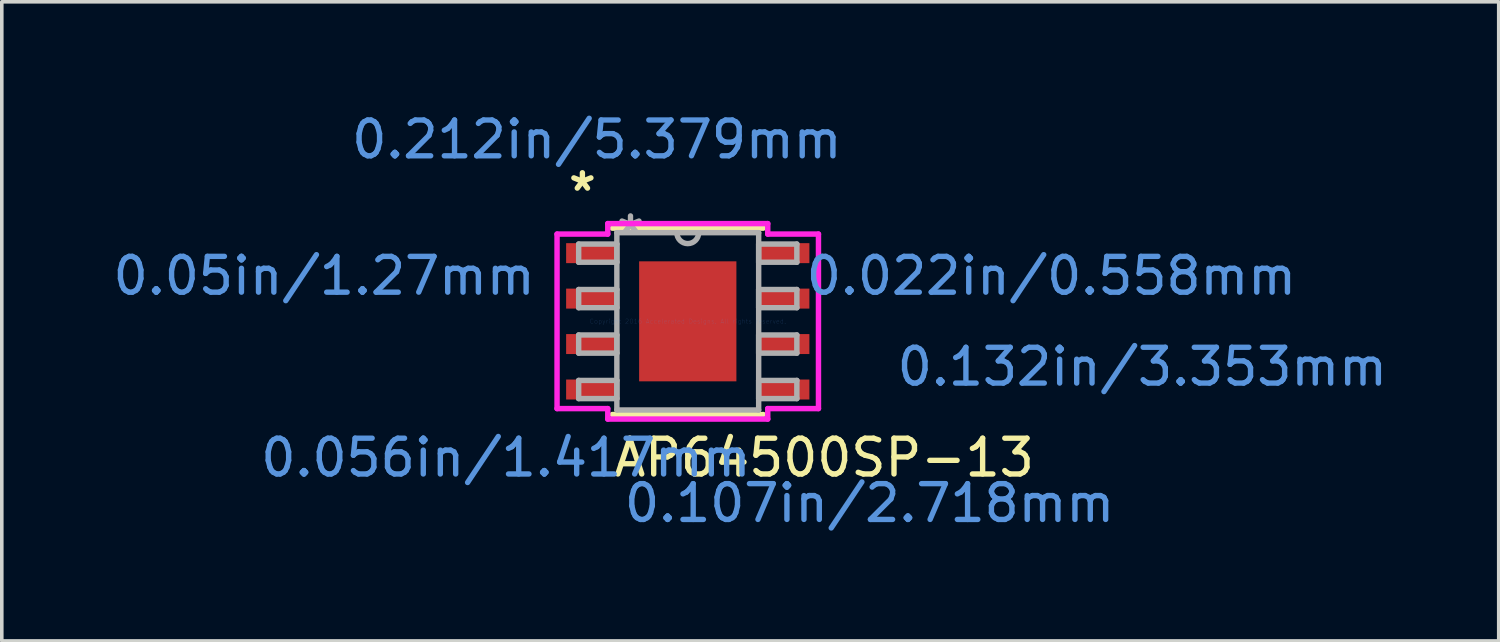
<source format=kicad_pcb>
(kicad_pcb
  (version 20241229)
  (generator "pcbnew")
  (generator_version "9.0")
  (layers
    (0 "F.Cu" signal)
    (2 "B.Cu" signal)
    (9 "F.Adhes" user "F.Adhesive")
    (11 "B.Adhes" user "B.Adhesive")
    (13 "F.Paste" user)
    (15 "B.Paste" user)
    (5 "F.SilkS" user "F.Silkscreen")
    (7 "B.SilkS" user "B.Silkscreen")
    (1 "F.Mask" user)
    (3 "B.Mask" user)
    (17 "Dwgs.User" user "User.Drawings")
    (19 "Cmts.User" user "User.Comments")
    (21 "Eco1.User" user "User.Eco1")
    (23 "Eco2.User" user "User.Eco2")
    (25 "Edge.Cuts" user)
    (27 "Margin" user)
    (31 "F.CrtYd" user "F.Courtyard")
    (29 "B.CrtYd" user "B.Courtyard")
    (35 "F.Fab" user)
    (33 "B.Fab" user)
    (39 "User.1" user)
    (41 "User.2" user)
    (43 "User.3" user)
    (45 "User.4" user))
  (footprint "AP64500SP-13"
    (layer "F.Cu")
    (at 16.166 5.928)
    (property "Reference" "AP64500SP-13" (at 3.81 3.81 0) (layer "F.SilkS") (effects (font (size 1 1) (thickness 0.15))))
    (attr through_hole)
    (fp_line (start -2.108 2.603) (end 2.108 2.603) (stroke (width 0.152) (type solid)) (layer "F.SilkS"))
    (fp_line (start 2.108 -2.603) (end -2.108 -2.603) (stroke (width 0.152) (type solid)) (layer "F.SilkS"))
    (fp_line (start -3.652 -2.438) (end -2.235 -2.438) (stroke (width 0.152) (type solid)) (layer "F.CrtYd"))
    (fp_line (start -3.652 2.438) (end -3.652 -2.438) (stroke (width 0.152) (type solid)) (layer "F.CrtYd"))
    (fp_line (start -3.652 2.438) (end -2.235 2.438) (stroke (width 0.152) (type solid)) (layer "F.CrtYd"))
    (fp_line (start -2.235 -2.731) (end 2.235 -2.731) (stroke (width 0.152) (type solid)) (layer "F.CrtYd"))
    (fp_line (start -2.235 -2.438) (end -2.235 -2.731) (stroke (width 0.152) (type solid)) (layer "F.CrtYd"))
    (fp_line (start -2.235 2.731) (end -2.235 2.438) (stroke (width 0.152) (type solid)) (layer "F.CrtYd"))
    (fp_line (start 2.235 -2.731) (end 2.235 -2.438) (stroke (width 0.152) (type solid)) (layer "F.CrtYd"))
    (fp_line (start 2.235 2.438) (end 2.235 2.731) (stroke (width 0.152) (type solid)) (layer "F.CrtYd"))
    (fp_line (start 2.235 2.731) (end -2.235 2.731) (stroke (width 0.152) (type solid)) (layer "F.CrtYd"))
    (fp_line (start 3.652 -2.438) (end 2.235 -2.438) (stroke (width 0.152) (type solid)) (layer "F.CrtYd"))
    (fp_line (start 3.652 -2.438) (end 3.652 2.438) (stroke (width 0.152) (type solid)) (layer "F.CrtYd"))
    (fp_line (start 3.652 2.438) (end 2.235 2.438) (stroke (width 0.152) (type solid)) (layer "F.CrtYd"))
    (fp_line (start -3.048 -2.159) (end -3.048 -1.651) (stroke (width 0.152) (type solid)) (layer "F.Fab"))
    (fp_line (start -3.048 -1.651) (end -1.981 -1.651) (stroke (width 0.152) (type solid)) (layer "F.Fab"))
    (fp_line (start -3.048 -0.889) (end -3.048 -0.381) (stroke (width 0.152) (type solid)) (layer "F.Fab"))
    (fp_line (start -3.048 -0.381) (end -1.981 -0.381) (stroke (width 0.152) (type solid)) (layer "F.Fab"))
    (fp_line (start -3.048 0.381) (end -3.048 0.889) (stroke (width 0.152) (type solid)) (layer "F.Fab"))
    (fp_line (start -3.048 0.889) (end -1.981 0.889) (stroke (width 0.152) (type solid)) (layer "F.Fab"))
    (fp_line (start -3.048 1.651) (end -3.048 2.159) (stroke (width 0.152) (type solid)) (layer "F.Fab"))
    (fp_line (start -3.048 2.159) (end -1.981 2.159) (stroke (width 0.152) (type solid)) (layer "F.Fab"))
    (fp_line (start -1.981 -2.477) (end -1.981 2.477) (stroke (width 0.152) (type solid)) (layer "F.Fab"))
    (fp_line (start -1.981 -2.159) (end -3.048 -2.159) (stroke (width 0.152) (type solid)) (layer "F.Fab"))
    (fp_line (start -1.981 -1.651) (end -1.981 -2.159) (stroke (width 0.152) (type solid)) (layer "F.Fab"))
    (fp_line (start -1.981 -0.889) (end -3.048 -0.889) (stroke (width 0.152) (type solid)) (layer "F.Fab"))
    (fp_line (start -1.981 -0.381) (end -1.981 -0.889) (stroke (width 0.152) (type solid)) (layer "F.Fab"))
    (fp_line (start -1.981 0.381) (end -3.048 0.381) (stroke (width 0.152) (type solid)) (layer "F.Fab"))
    (fp_line (start -1.981 0.889) (end -1.981 0.381) (stroke (width 0.152) (type solid)) (layer "F.Fab"))
    (fp_line (start -1.981 1.651) (end -3.048 1.651) (stroke (width 0.152) (type solid)) (layer "F.Fab"))
    (fp_line (start -1.981 2.159) (end -1.981 1.651) (stroke (width 0.152) (type solid)) (layer "F.Fab"))
    (fp_line (start -1.981 2.477) (end 1.981 2.477) (stroke (width 0.152) (type solid)) (layer "F.Fab"))
    (fp_line (start 1.981 -2.477) (end -1.981 -2.477) (stroke (width 0.152) (type solid)) (layer "F.Fab"))
    (fp_line (start 1.981 -2.159) (end 1.981 -1.651) (stroke (width 0.152) (type solid)) (layer "F.Fab"))
    (fp_line (start 1.981 -1.651) (end 3.048 -1.651) (stroke (width 0.152) (type solid)) (layer "F.Fab"))
    (fp_line (start 1.981 -0.889) (end 1.981 -0.381) (stroke (width 0.152) (type solid)) (layer "F.Fab"))
    (fp_line (start 1.981 -0.381) (end 3.048 -0.381) (stroke (width 0.152) (type solid)) (layer "F.Fab"))
    (fp_line (start 1.981 0.381) (end 1.981 0.889) (stroke (width 0.152) (type solid)) (layer "F.Fab"))
    (fp_line (start 1.981 0.889) (end 3.048 0.889) (stroke (width 0.152) (type solid)) (layer "F.Fab"))
    (fp_line (start 1.981 1.651) (end 1.981 2.159) (stroke (width 0.152) (type solid)) (layer "F.Fab"))
    (fp_line (start 1.981 2.159) (end 3.048 2.159) (stroke (width 0.152) (type solid)) (layer "F.Fab"))
    (fp_line (start 1.981 2.477) (end 1.981 -2.477) (stroke (width 0.152) (type solid)) (layer "F.Fab"))
    (fp_line (start 3.048 -2.159) (end 1.981 -2.159) (stroke (width 0.152) (type solid)) (layer "F.Fab"))
    (fp_line (start 3.048 -1.651) (end 3.048 -2.159) (stroke (width 0.152) (type solid)) (layer "F.Fab"))
    (fp_line (start 3.048 -0.889) (end 1.981 -0.889) (stroke (width 0.152) (type solid)) (layer "F.Fab"))
    (fp_line (start 3.048 -0.381) (end 3.048 -0.889) (stroke (width 0.152) (type solid)) (layer "F.Fab"))
    (fp_line (start 3.048 0.381) (end 1.981 0.381) (stroke (width 0.152) (type solid)) (layer "F.Fab"))
    (fp_line (start 3.048 0.889) (end 3.048 0.381) (stroke (width 0.152) (type solid)) (layer "F.Fab"))
    (fp_line (start 3.048 1.651) (end 1.981 1.651) (stroke (width 0.152) (type solid)) (layer "F.Fab"))
    (fp_line (start 3.048 2.159) (end 3.048 1.651) (stroke (width 0.152) (type solid)) (layer "F.Fab"))
    (fp_arc (start 0.3048 -2.4765) (mid 0 -2.1717) (end -0.3048 -2.4765) (stroke (width 0.1524) (type solid)) (layer "F.Fab"))
    (fp_text user "*" (at -2.944 -3.606 0) (layer "F.SilkS") (effects (font (size 1 1) (thickness 0.15))))
    (fp_text user "0.132in/3.353mm" (at 12.7 1.27 0) (layer "Cmts.User") (effects (font (size 1 1) (thickness 0.15))))
    (fp_text user "0.056in/1.417mm" (at -5.08 3.81 0) (layer "Cmts.User") (effects (font (size 1 1) (thickness 0.15))))
    (fp_text user "0.107in/2.718mm" (at 5.08 5.08 0) (layer "Cmts.User") (effects (font (size 1 1) (thickness 0.15))))
    (fp_text user "Copyright 2016 Accelerated Designs. All rights reserved." (at 0 0 0) (layer "Cmts.User") (effects (font (size 0.127 0.127) (thickness 0.002))))
    (fp_text user "0.212in/5.379mm" (at -2.54 -5.08 0) (layer "Cmts.User") (effects (font (size 1 1) (thickness 0.15))))
    (fp_text user "0.022in/0.558mm" (at 10.16 -1.27 0) (layer "Cmts.User") (effects (font (size 1 1) (thickness 0.15))))
    (fp_text user "0.05in/1.27mm" (at -10.16 -1.27 0) (layer "Cmts.User") (effects (font (size 1 1) (thickness 0.15))))
    (fp_text user "*" (at -1.6 -2.4 0) (layer "F.Fab") (effects (font (size 1 1) (thickness 0.15))))
    (pad "1" smd rect (at -2.69 -1.905) (size 1.417 0.558) (layers "F.Cu" "F.Mask" "F.Paste"))
    (pad "2" smd rect (at -2.69 -0.635) (size 1.417 0.558) (layers "F.Cu" "F.Mask" "F.Paste"))
    (pad "3" smd rect (at -2.69 0.635) (size 1.417 0.558) (layers "F.Cu" "F.Mask" "F.Paste"))
    (pad "4" smd rect (at -2.69 1.905) (size 1.417 0.558) (layers "F.Cu" "F.Mask" "F.Paste"))
    (pad "5" smd rect (at 2.69 1.905) (size 1.417 0.558) (layers "F.Cu" "F.Mask" "F.Paste"))
    (pad "6" smd rect (at 2.69 0.635) (size 1.417 0.558) (layers "F.Cu" "F.Mask" "F.Paste"))
    (pad "7" smd rect (at 2.69 -0.635) (size 1.417 0.558) (layers "F.Cu" "F.Mask" "F.Paste"))
    (pad "8" smd rect (at 2.69 -1.905) (size 1.417 0.558) (layers "F.Cu" "F.Mask" "F.Paste"))
    (pad "EPAD" smd rect (at 0 0) (size 2.718 3.353) (layers "F.Cu" "F.Mask" "F.Paste")))
  (gr_rect
    (start -3 -3)
    (end 38.824 14.857)
    (stroke (width 0.1) (type default))
    (fill no)
    (layer "Edge.Cuts")))
</source>
